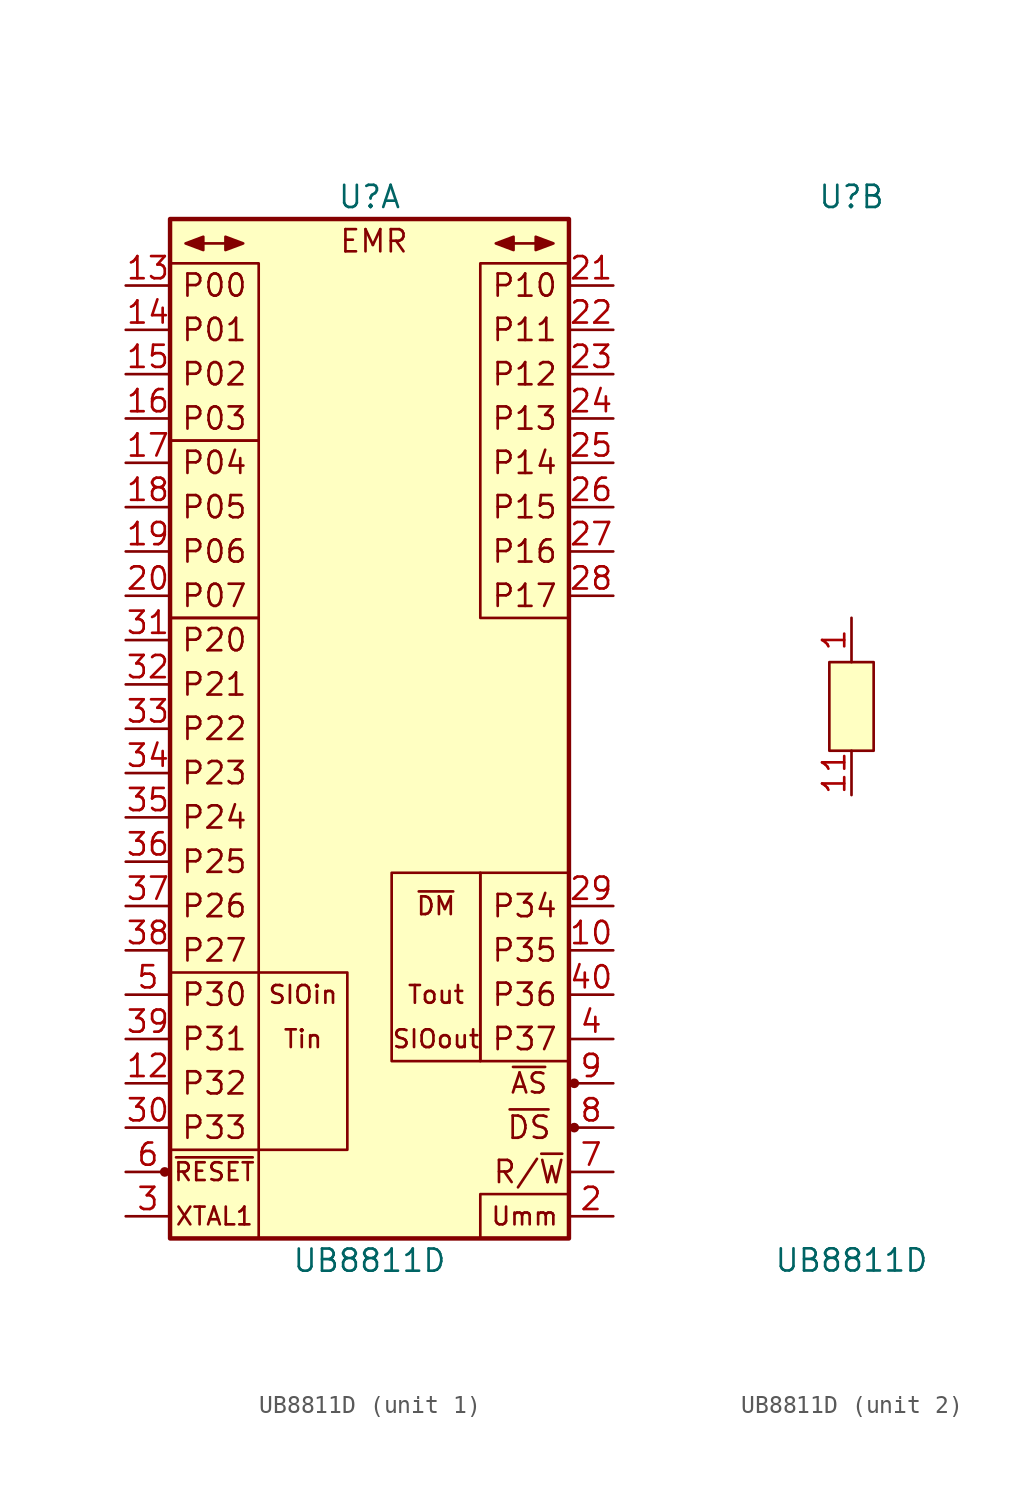
<source format=kicad_sym>
(kicad_symbol_lib
  (version 20211014)
  (generator kicad_symbol_editor)
  (symbol "UB8811D"
    (pin_names
      (offset 1.016) hide)
    (property "Reference" "U"
      (at 0 29.21 0)
      (effects (font (size 1.27 1.27))))
    (property "Value" "UB8811D"
      (at 0 -31.75 0)
      (effects (font (size 1.27 1.27))))
    (property "ki_locked" ""
      (at 0 0 0)
      (effects (font (size 1.27 1.27))))
    (symbol "UB8811D_1_1"
      (circle (center -11.735 -26.67) (radius 0.203) (stroke (width 0) (type default) (color 0 0 0 0)) (fill (type outline)))
      (rectangle (start -11.43 -25.4) (end -6.35 -30.48) (stroke (width 0) (type default) (color 0 0 0 0)) (fill (type none)))
      (rectangle (start -11.43 5.08) (end -6.35 -15.24) (stroke (width 0) (type default) (color 0 0 0 0)) (fill (type none)))
      (rectangle (start -11.43 15.24) (end -6.35 5.08) (stroke (width 0) (type default) (color 0 0 0 0)) (fill (type none)))
      (rectangle (start -11.43 25.4) (end -6.35 15.24) (stroke (width 0) (type default) (color 0 0 0 0)) (fill (type none)))
      (rectangle (start -11.43 27.94) (end 11.43 -30.48) (stroke (width 0.254) (type default) (color 0 0 0 0)) (fill (type background)))
      (rectangle (start -1.27 -15.24) (end -6.35 -25.4) (stroke (width 0) (type default) (color 0 0 0 0)) (fill (type none)))
      (polyline (pts (xy -9.525 26.543) (xy -8.255 26.543)) (stroke (width 0) (type default) (color 0 0 0 0)) (fill (type none)))
      (polyline (pts (xy 8.255 26.543) (xy 9.525 26.543)) (stroke (width 0) (type default) (color 0 0 0 0)) (fill (type none)))
      (polyline (pts (xy -9.525 26.924) (xy -10.541 26.543) (xy -9.525 26.162) (xy -9.525 26.924)) (stroke (width 0) (type default) (color 0 0 0 0)) (fill (type outline)))
      (polyline (pts (xy -8.255 26.924) (xy -7.239 26.543) (xy -8.255 26.162) (xy -8.255 26.924)) (stroke (width 0) (type default) (color 0 0 0 0)) (fill (type outline)))
      (polyline (pts (xy 8.255 26.924) (xy 7.239 26.543) (xy 8.255 26.162) (xy 8.255 26.924)) (stroke (width 0) (type default) (color 0 0 0 0)) (fill (type outline)))
      (polyline (pts (xy 9.525 26.924) (xy 10.541 26.543) (xy 9.525 26.162) (xy 9.525 26.924)) (stroke (width 0) (type default) (color 0 0 0 0)) (fill (type outline)))
      (rectangle (start 6.35 -27.94) (end 11.43 -30.48) (stroke (width 0) (type default) (color 0 0 0 0)) (fill (type none)))
      (rectangle (start 6.35 -20.32) (end 11.43 -9.525) (stroke (width 0) (type default) (color 0 0 0 0)) (fill (type none)))
      (rectangle (start 6.35 -9.525) (end 1.27 -20.32) (stroke (width 0) (type default) (color 0 0 0 0)) (fill (type none)))
      (rectangle (start 6.35 25.4) (end 11.43 5.08) (stroke (width 0) (type default) (color 0 0 0 0)) (fill (type none)))
      (circle (center 11.735 -24.13) (radius 0.203) (stroke (width 0) (type default) (color 0 0 0 0)) (fill (type outline)))
      (circle (center 11.735 -21.59) (radius 0.203) (stroke (width 0) (type default) (color 0 0 0 0)) (fill (type outline)))
      (text "EMR" (at 0.254 26.67 0) (effects (font (size 1.27 1.27))))
      (text "P00" (at -8.89 24.13 0) (effects (font (size 1.27 1.27))))
      (text "P01" (at -8.89 21.59 0) (effects (font (size 1.27 1.27))))
      (text "P02" (at -8.89 19.05 0) (effects (font (size 1.27 1.27))))
      (text "P03" (at -8.89 16.51 0) (effects (font (size 1.27 1.27))))
      (text "P04" (at -8.89 13.97 0) (effects (font (size 1.27 1.27))))
      (text "P05" (at -8.89 11.43 0) (effects (font (size 1.27 1.27))))
      (text "P06" (at -8.89 8.89 0) (effects (font (size 1.27 1.27))))
      (text "P07" (at -8.89 6.35 0) (effects (font (size 1.27 1.27))))
      (text "P10" (at 8.89 24.13 0) (effects (font (size 1.27 1.27))))
      (text "P11" (at 8.89 21.59 0) (effects (font (size 1.27 1.27))))
      (text "P12" (at 8.89 19.05 0) (effects (font (size 1.27 1.27))))
      (text "P13" (at 8.89 16.51 0) (effects (font (size 1.27 1.27))))
      (text "P14" (at 8.89 13.97 0) (effects (font (size 1.27 1.27))))
      (text "P15" (at 8.89 11.43 0) (effects (font (size 1.27 1.27))))
      (text "P16" (at 8.89 8.89 0) (effects (font (size 1.27 1.27))))
      (text "P17" (at 8.89 6.35 0) (effects (font (size 1.27 1.27))))
      (text "P20" (at -8.89 3.81 0) (effects (font (size 1.27 1.27))))
      (text "P21" (at -8.89 1.27 0) (effects (font (size 1.27 1.27))))
      (text "P22" (at -8.89 -1.27 0) (effects (font (size 1.27 1.27))))
      (text "P23" (at -8.89 -3.81 0) (effects (font (size 1.27 1.27))))
      (text "P24" (at -8.89 -6.35 0) (effects (font (size 1.27 1.27))))
      (text "P25" (at -8.89 -8.89 0) (effects (font (size 1.27 1.27))))
      (text "P26" (at -8.89 -11.43 0) (effects (font (size 1.27 1.27))))
      (text "P27" (at -8.89 -13.97 0) (effects (font (size 1.27 1.27))))
      (text "P30" (at -8.89 -16.51 0) (effects (font (size 1.27 1.27))))
      (text "P31" (at -8.89 -19.05 0) (effects (font (size 1.27 1.27))))
      (text "P32" (at -8.89 -21.59 0) (effects (font (size 1.27 1.27))))
      (text "P33" (at -8.89 -24.13 0) (effects (font (size 1.27 1.27))))
      (text "P34" (at 8.89 -11.43 0) (effects (font (size 1.27 1.27))))
      (text "P35" (at 8.89 -13.97 0) (effects (font (size 1.27 1.27))))
      (text "P36" (at 8.89 -16.51 0) (effects (font (size 1.27 1.27))))
      (text "P37" (at 8.89 -19.05 0) (effects (font (size 1.27 1.27))))
      (text "R/~{W}" (at 9.144 -26.67 0) (effects (font (size 1.27 1.27))))
      (text "SIOin" (at -3.81 -16.51 0) (effects (font (size 1.016 1.016))))
      (text "SIOout" (at 3.81 -19.05 0) (effects (font (size 1.016 1.016))))
      (text "Tin" (at -3.81 -19.05 0) (effects (font (size 1.016 1.016))))
      (text "Tout" (at 3.81 -16.51 0) (effects (font (size 1.016 1.016))))
      (text "Umm" (at 8.89 -29.21 0) (effects (font (size 1.016 1.016))))
      (text "XTAL1" (at -8.89 -29.21 0) (effects (font (size 1.016 1.016))))
      (text "~{AS}" (at 9.144 -21.59 0) (effects (font (size 1.143 1.143))))
      (text "~{DM}" (at 3.81 -11.43 0) (effects (font (size 1.016 1.016))))
      (text "~{DS}" (at 9.144 -24.13 0) (effects (font (size 1.27 1.27))))
      (text "~{RESET}" (at -8.89 -26.67 0) (effects (font (size 1.016 1.016))))
      (pin output line (at 13.97 -13.97 180) (length 2.54) (name "P35" (effects (font (size 1.27 1.27)))) (number "10" (effects (font (size 1.27 1.27)))))
      (pin input line (at -13.97 -21.59 0) (length 2.54) (name "P32" (effects (font (size 1.27 1.27)))) (number "12" (effects (font (size 1.27 1.27)))))
      (pin bidirectional line (at -13.97 24.13 0) (length 2.54) (name "P00" (effects (font (size 1.27 1.27)))) (number "13" (effects (font (size 1.27 1.27)))))
      (pin bidirectional line (at -13.97 21.59 0) (length 2.54) (name "P01" (effects (font (size 1.27 1.27)))) (number "14" (effects (font (size 1.27 1.27)))))
      (pin bidirectional line (at -13.97 19.05 0) (length 2.54) (name "P02" (effects (font (size 1.27 1.27)))) (number "15" (effects (font (size 1.27 1.27)))))
      (pin bidirectional line (at -13.97 16.51 0) (length 2.54) (name "P03" (effects (font (size 1.27 1.27)))) (number "16" (effects (font (size 1.27 1.27)))))
      (pin bidirectional line (at -13.97 13.97 0) (length 2.54) (name "P04" (effects (font (size 1.27 1.27)))) (number "17" (effects (font (size 1.27 1.27)))))
      (pin bidirectional line (at -13.97 11.43 0) (length 2.54) (name "P05" (effects (font (size 1.27 1.27)))) (number "18" (effects (font (size 1.27 1.27)))))
      (pin bidirectional line (at -13.97 8.89 0) (length 2.54) (name "P06" (effects (font (size 1.27 1.27)))) (number "19" (effects (font (size 1.27 1.27)))))
      (pin power_in line (at 13.97 -29.21 180) (length 2.54) (name "Umm" (effects (font (size 1.27 1.27)))) (number "2" (effects (font (size 1.27 1.27)))))
      (pin bidirectional line (at -13.97 6.35 0) (length 2.54) (name "P07" (effects (font (size 1.27 1.27)))) (number "20" (effects (font (size 1.27 1.27)))))
      (pin bidirectional line (at 13.97 24.13 180) (length 2.54) (name "P10" (effects (font (size 1.27 1.27)))) (number "21" (effects (font (size 1.27 1.27)))))
      (pin bidirectional line (at 13.97 21.59 180) (length 2.54) (name "P11" (effects (font (size 1.27 1.27)))) (number "22" (effects (font (size 1.27 1.27)))))
      (pin bidirectional line (at 13.97 19.05 180) (length 2.54) (name "P12" (effects (font (size 1.27 1.27)))) (number "23" (effects (font (size 1.27 1.27)))))
      (pin bidirectional line (at 13.97 16.51 180) (length 2.54) (name "P13" (effects (font (size 1.27 1.27)))) (number "24" (effects (font (size 1.27 1.27)))))
      (pin bidirectional line (at 13.97 13.97 180) (length 2.54) (name "P14" (effects (font (size 1.27 1.27)))) (number "25" (effects (font (size 1.27 1.27)))))
      (pin bidirectional line (at 13.97 11.43 180) (length 2.54) (name "P15" (effects (font (size 1.27 1.27)))) (number "26" (effects (font (size 1.27 1.27)))))
      (pin bidirectional line (at 13.97 8.89 180) (length 2.54) (name "P16" (effects (font (size 1.27 1.27)))) (number "27" (effects (font (size 1.27 1.27)))))
      (pin bidirectional line (at 13.97 6.35 180) (length 2.54) (name "P17" (effects (font (size 1.27 1.27)))) (number "28" (effects (font (size 1.27 1.27)))))
      (pin output line (at 13.97 -11.43 180) (length 2.54) (name "P34" (effects (font (size 1.27 1.27)))) (number "29" (effects (font (size 1.27 1.27)))))
      (pin input line (at -13.97 -29.21 0) (length 2.54) (name "XTAL1" (effects (font (size 1.27 1.27)))) (number "3" (effects (font (size 1.27 1.27)))))
      (pin input line (at -13.97 -24.13 0) (length 2.54) (name "P33" (effects (font (size 1.27 1.27)))) (number "30" (effects (font (size 1.27 1.27)))))
      (pin bidirectional line (at -13.97 3.81 0) (length 2.54) (name "P20" (effects (font (size 1.27 1.27)))) (number "31" (effects (font (size 1.27 1.27)))))
      (pin bidirectional line (at -13.97 1.27 0) (length 2.54) (name "P21" (effects (font (size 1.27 1.27)))) (number "32" (effects (font (size 1.27 1.27)))))
      (pin bidirectional line (at -13.97 -1.27 0) (length 2.54) (name "P22" (effects (font (size 1.27 1.27)))) (number "33" (effects (font (size 1.27 1.27)))))
      (pin bidirectional line (at -13.97 -3.81 0) (length 2.54) (name "P23" (effects (font (size 1.27 1.27)))) (number "34" (effects (font (size 1.27 1.27)))))
      (pin bidirectional line (at -13.97 -6.35 0) (length 2.54) (name "P24" (effects (font (size 1.27 1.27)))) (number "35" (effects (font (size 1.27 1.27)))))
      (pin bidirectional line (at -13.97 -8.89 0) (length 2.54) (name "P25" (effects (font (size 1.27 1.27)))) (number "36" (effects (font (size 1.27 1.27)))))
      (pin bidirectional line (at -13.97 -11.43 0) (length 2.54) (name "P26" (effects (font (size 1.27 1.27)))) (number "37" (effects (font (size 1.27 1.27)))))
      (pin bidirectional line (at -13.97 -13.97 0) (length 2.54) (name "P27" (effects (font (size 1.27 1.27)))) (number "38" (effects (font (size 1.27 1.27)))))
      (pin input line (at -13.97 -19.05 0) (length 2.54) (name "P31" (effects (font (size 1.27 1.27)))) (number "39" (effects (font (size 1.27 1.27)))))
      (pin output line (at 13.97 -19.05 180) (length 2.54) (name "P37" (effects (font (size 1.27 1.27)))) (number "4" (effects (font (size 1.27 1.27)))))
      (pin output line (at 13.97 -16.51 180) (length 2.54) (name "P36" (effects (font (size 1.27 1.27)))) (number "40" (effects (font (size 1.27 1.27)))))
      (pin input line (at -13.97 -16.51 0) (length 2.54) (name "P30" (effects (font (size 1.27 1.27)))) (number "5" (effects (font (size 1.27 1.27)))))
      (pin input line (at -13.97 -26.67 0) (length 2.54) (name "~{RESET}" (effects (font (size 1.27 1.27)))) (number "6" (effects (font (size 1.27 1.27)))))
      (pin tri_state line (at 13.97 -26.67 180) (length 2.54) (name "R/~{W}" (effects (font (size 1.27 1.27)))) (number "7" (effects (font (size 1.27 1.27)))))
      (pin tri_state line (at 13.97 -24.13 180) (length 2.54) (name "~{DS}" (effects (font (size 1.27 1.27)))) (number "8" (effects (font (size 1.27 1.27)))))
      (pin tri_state line (at 13.97 -21.59 180) (length 2.54) (name "~{AS}" (effects (font (size 1.27 1.27)))) (number "9" (effects (font (size 1.27 1.27))))))
    (symbol "UB8811D_2_1"
      (rectangle (start -1.27 2.54) (end 1.27 -2.54) (stroke (width 0) (type default) (color 0 0 0 0)) (fill (type background)))
      (pin power_in line (at 0 5.08 270) (length 2.54) (name "Vcc" (effects (font (size 1.27 1.27)))) (number "1" (effects (font (size 1.27 1.27)))))
      (pin power_in line (at 0 -5.08 90) (length 2.54) (name "GND" (effects (font (size 1.27 1.27)))) (number "11" (effects (font (size 1.27 1.27))))))))
</source>
